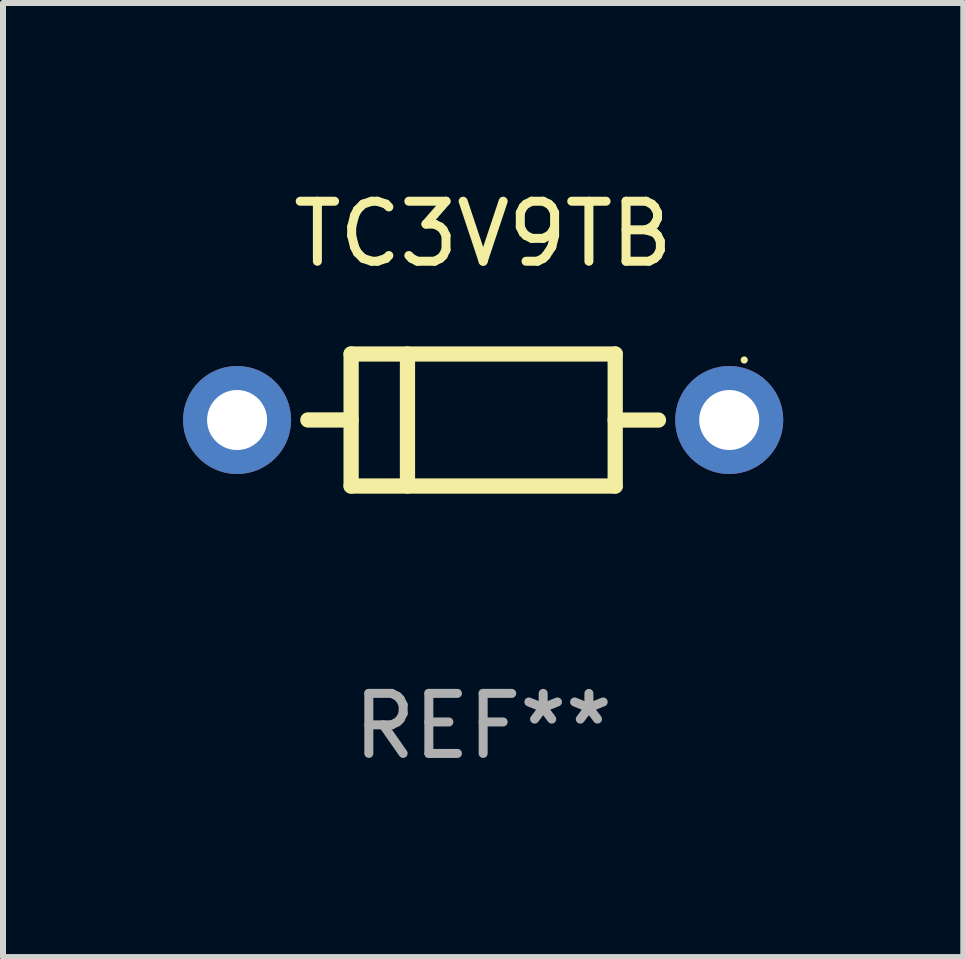
<source format=kicad_pcb>
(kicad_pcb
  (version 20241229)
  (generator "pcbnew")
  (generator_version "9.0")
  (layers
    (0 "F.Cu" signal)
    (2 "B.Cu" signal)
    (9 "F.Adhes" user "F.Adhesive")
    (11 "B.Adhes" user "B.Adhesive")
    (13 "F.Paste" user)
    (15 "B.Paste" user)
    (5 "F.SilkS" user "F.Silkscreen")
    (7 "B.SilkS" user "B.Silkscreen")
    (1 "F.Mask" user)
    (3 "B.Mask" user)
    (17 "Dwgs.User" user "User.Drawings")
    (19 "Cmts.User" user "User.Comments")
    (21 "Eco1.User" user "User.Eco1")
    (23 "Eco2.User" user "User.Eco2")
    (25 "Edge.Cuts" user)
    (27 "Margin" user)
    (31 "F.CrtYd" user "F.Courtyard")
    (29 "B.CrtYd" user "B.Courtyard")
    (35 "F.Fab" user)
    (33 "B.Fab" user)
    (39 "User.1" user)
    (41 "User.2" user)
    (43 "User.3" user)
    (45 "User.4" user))
  (footprint "TC3V9TB"
    (layer "F.Cu")
    (at 5 3.948)
    (property "Reference" "TC3V9TB" (at 0 -3.1 0) (layer "F.SilkS") (effects (font (size 1 1) (thickness 0.15))))
    (attr through_hole)
    (fp_line (start -2.2 -1.1) (end -2.2 1.1) (stroke (width 0.254) (type solid)) (layer "F.SilkS"))
    (fp_line (start -2.2 -1.1) (end 2.2 -1.1) (stroke (width 0.254) (type solid)) (layer "F.SilkS"))
    (fp_line (start -2.2 -0.001) (end -2.921 -0.001) (stroke (width 0.254) (type solid)) (layer "F.SilkS"))
    (fp_line (start -2.2 1.1) (end 2.2 1.1) (stroke (width 0.254) (type solid)) (layer "F.SilkS"))
    (fp_line (start -1.261 -1.1) (end -1.261 1.1) (stroke (width 0.254) (type solid)) (layer "F.SilkS"))
    (fp_line (start 2.2 -1.1) (end 2.2 1.1) (stroke (width 0.254) (type solid)) (layer "F.SilkS"))
    (fp_line (start 2.2 0.001) (end 2.921 0.001) (stroke (width 0.254) (type solid)) (layer "F.SilkS"))
    (fp_circle (center 4.35 -1) (end 4.38 -1) (stroke (width 0.06) (type solid)) (fill no) (layer "F.SilkS"))
    (fp_text user "REF**" (at 0 5.1 0) (layer "F.Fab") (effects (font (size 1 1) (thickness 0.15))))
    (pad "1" thru_hole circle (at 4.1 0) (size 1.8 1.8) (drill 1) (layers "*.Cu" "*.Mask"))
    (pad "2" thru_hole circle (at -4.1 0) (size 1.8 1.8) (drill 1) (layers "*.Cu" "*.Mask")))
  (gr_rect
    (start -3 -3)
    (end 13 12.896)
    (stroke (width 0.1) (type default))
    (fill no)
    (layer "Edge.Cuts")))
</source>
